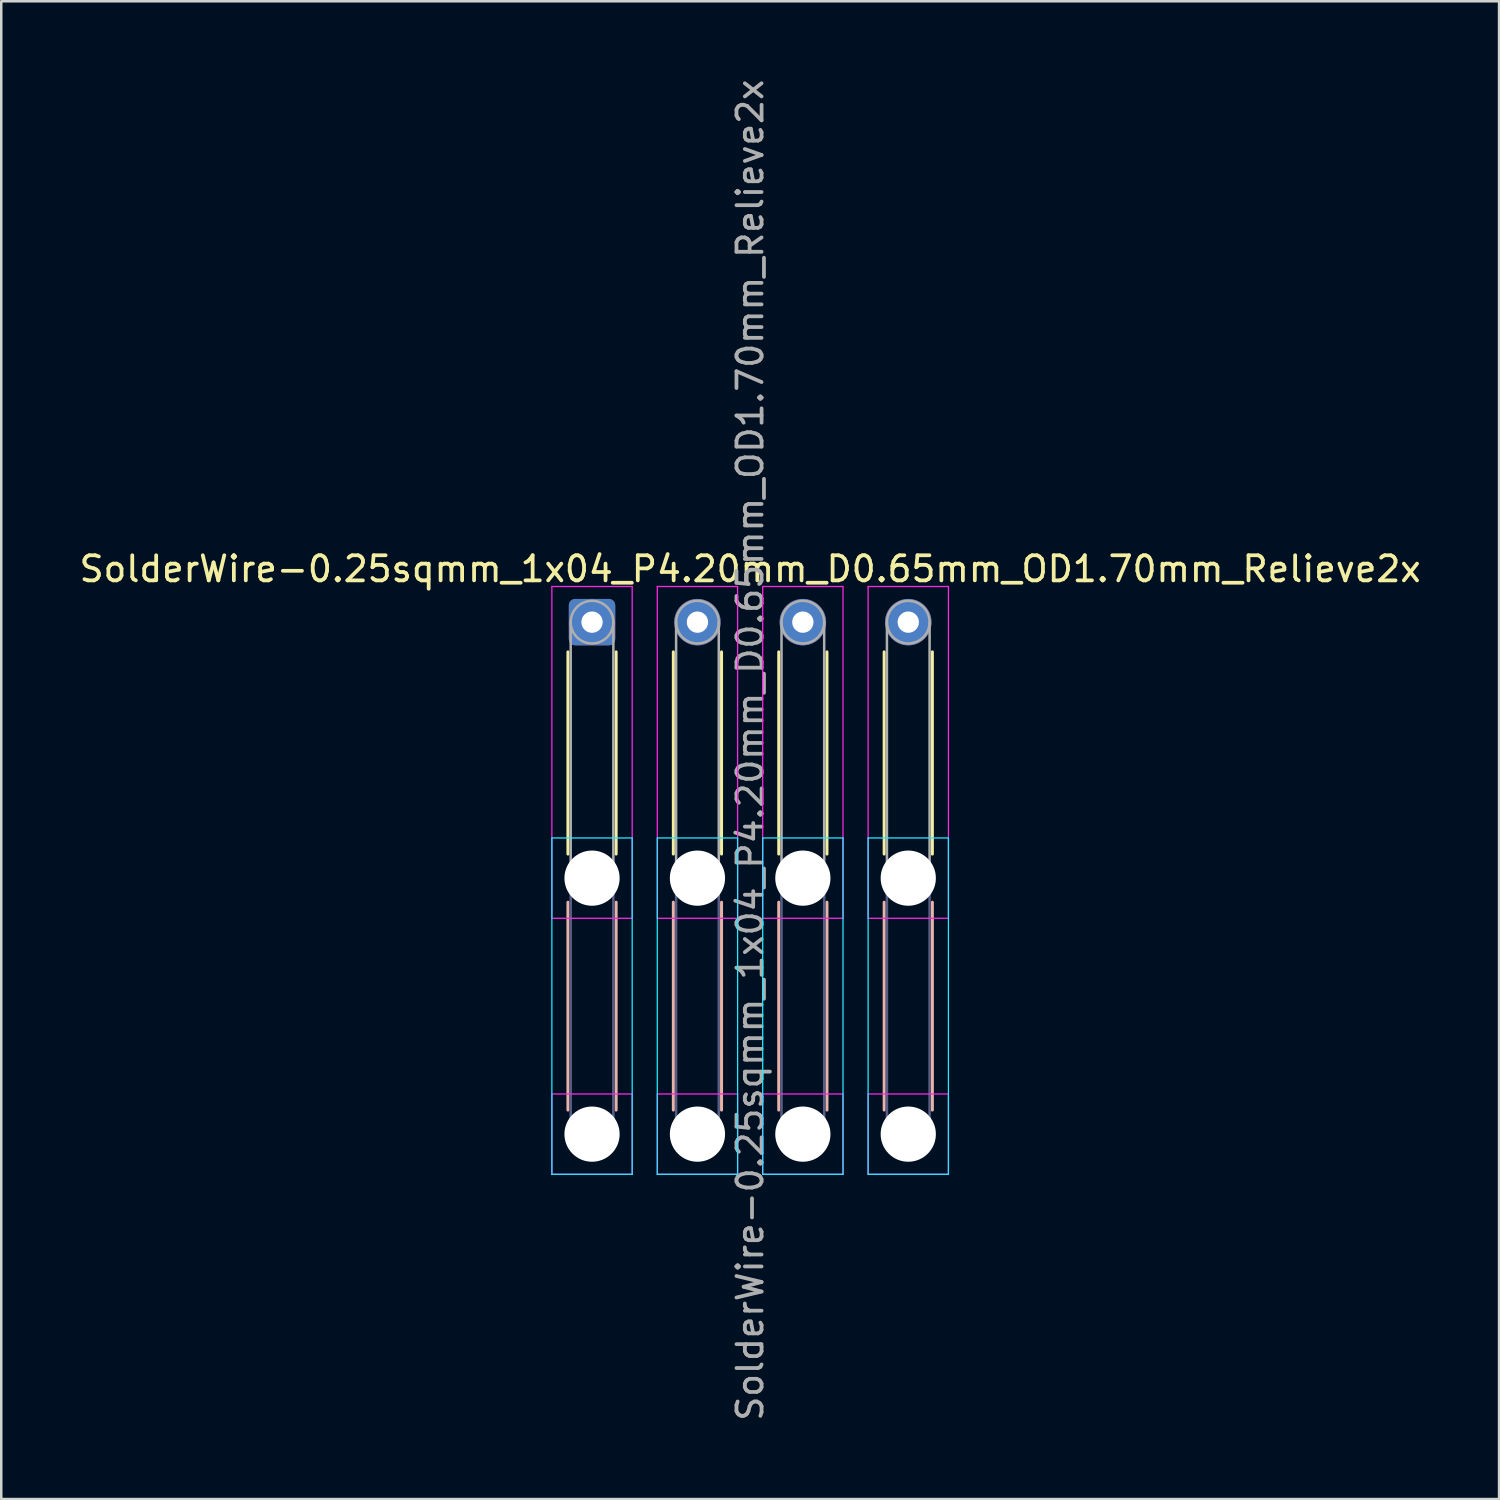
<source format=kicad_pcb>
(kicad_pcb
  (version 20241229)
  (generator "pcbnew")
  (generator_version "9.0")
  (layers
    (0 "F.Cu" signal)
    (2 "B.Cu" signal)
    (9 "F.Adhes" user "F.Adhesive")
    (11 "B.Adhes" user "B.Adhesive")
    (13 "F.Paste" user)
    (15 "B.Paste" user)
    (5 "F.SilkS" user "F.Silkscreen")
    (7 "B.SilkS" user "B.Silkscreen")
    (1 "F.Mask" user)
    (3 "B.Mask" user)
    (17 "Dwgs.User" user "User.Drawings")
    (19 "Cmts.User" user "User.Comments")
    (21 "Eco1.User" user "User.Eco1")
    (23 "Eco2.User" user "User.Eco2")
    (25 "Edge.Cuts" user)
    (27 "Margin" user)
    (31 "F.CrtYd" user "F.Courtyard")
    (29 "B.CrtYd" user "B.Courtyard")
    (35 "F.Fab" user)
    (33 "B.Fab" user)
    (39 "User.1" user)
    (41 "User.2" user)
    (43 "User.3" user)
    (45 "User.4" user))
  (footprint "SolderWire-0.25sqmm_1x04_P4.20mm_D0.65mm_OD1.70mm_Relieve2x"
    (layer "F.Cu")
    (at 20.539 21.739)
    (property "Reference" "SolderWire-0.25sqmm_1x04_P4.20mm_D0.65mm_OD1.70mm_Relieve2x" (at 6.3 -2.12 0) (layer "F.SilkS") (effects (font (size 1 1) (thickness 0.15))))
    (attr exclude_from_pos_files exclude_from_bom)
    (fp_line (start -0.96 1.185) (end -0.96 9.24) (stroke (width 0.12) (type solid)) (layer "F.SilkS"))
    (fp_line (start 0.96 1.185) (end 0.96 9.24) (stroke (width 0.12) (type solid)) (layer "F.SilkS"))
    (fp_line (start 3.24 1.185) (end 3.24 9.24) (stroke (width 0.12) (type solid)) (layer "F.SilkS"))
    (fp_line (start 5.16 1.185) (end 5.16 9.24) (stroke (width 0.12) (type solid)) (layer "F.SilkS"))
    (fp_line (start 7.44 1.185) (end 7.44 9.24) (stroke (width 0.12) (type solid)) (layer "F.SilkS"))
    (fp_line (start 9.36 1.185) (end 9.36 9.24) (stroke (width 0.12) (type solid)) (layer "F.SilkS"))
    (fp_line (start 11.64 1.185) (end 11.64 9.24) (stroke (width 0.12) (type solid)) (layer "F.SilkS"))
    (fp_line (start 13.56 1.185) (end 13.56 9.24) (stroke (width 0.12) (type solid)) (layer "F.SilkS"))
    (fp_line (start -0.96 11.16) (end -0.96 19.44) (stroke (width 0.12) (type solid)) (layer "B.SilkS"))
    (fp_line (start 0.96 11.16) (end 0.96 19.44) (stroke (width 0.12) (type solid)) (layer "B.SilkS"))
    (fp_line (start 3.24 11.16) (end 3.24 19.44) (stroke (width 0.12) (type solid)) (layer "B.SilkS"))
    (fp_line (start 5.16 11.16) (end 5.16 19.44) (stroke (width 0.12) (type solid)) (layer "B.SilkS"))
    (fp_line (start 7.44 11.16) (end 7.44 19.44) (stroke (width 0.12) (type solid)) (layer "B.SilkS"))
    (fp_line (start 9.36 11.16) (end 9.36 19.44) (stroke (width 0.12) (type solid)) (layer "B.SilkS"))
    (fp_line (start 11.64 11.16) (end 11.64 19.44) (stroke (width 0.12) (type solid)) (layer "B.SilkS"))
    (fp_line (start 13.56 11.16) (end 13.56 19.44) (stroke (width 0.12) (type solid)) (layer "B.SilkS"))
    (fp_line (start -1.6 8.6) (end -1.6 22) (stroke (width 0.05) (type solid)) (layer "B.CrtYd"))
    (fp_line (start -1.6 22) (end 1.6 22) (stroke (width 0.05) (type solid)) (layer "B.CrtYd"))
    (fp_line (start 1.6 8.6) (end -1.6 8.6) (stroke (width 0.05) (type solid)) (layer "B.CrtYd"))
    (fp_line (start 1.6 22) (end 1.6 8.6) (stroke (width 0.05) (type solid)) (layer "B.CrtYd"))
    (fp_line (start 2.6 8.6) (end 2.6 22) (stroke (width 0.05) (type solid)) (layer "B.CrtYd"))
    (fp_line (start 2.6 22) (end 5.8 22) (stroke (width 0.05) (type solid)) (layer "B.CrtYd"))
    (fp_line (start 5.8 8.6) (end 2.6 8.6) (stroke (width 0.05) (type solid)) (layer "B.CrtYd"))
    (fp_line (start 5.8 22) (end 5.8 8.6) (stroke (width 0.05) (type solid)) (layer "B.CrtYd"))
    (fp_line (start 6.8 8.6) (end 6.8 22) (stroke (width 0.05) (type solid)) (layer "B.CrtYd"))
    (fp_line (start 6.8 22) (end 10 22) (stroke (width 0.05) (type solid)) (layer "B.CrtYd"))
    (fp_line (start 10 8.6) (end 6.8 8.6) (stroke (width 0.05) (type solid)) (layer "B.CrtYd"))
    (fp_line (start 10 22) (end 10 8.6) (stroke (width 0.05) (type solid)) (layer "B.CrtYd"))
    (fp_line (start 11 8.6) (end 11 22) (stroke (width 0.05) (type solid)) (layer "B.CrtYd"))
    (fp_line (start 11 22) (end 14.2 22) (stroke (width 0.05) (type solid)) (layer "B.CrtYd"))
    (fp_line (start 14.2 8.6) (end 11 8.6) (stroke (width 0.05) (type solid)) (layer "B.CrtYd"))
    (fp_line (start 14.2 22) (end 14.2 8.6) (stroke (width 0.05) (type solid)) (layer "B.CrtYd"))
    (fp_line (start -1.6 -1.42) (end -1.6 11.8) (stroke (width 0.05) (type solid)) (layer "F.CrtYd"))
    (fp_line (start -1.6 11.8) (end 1.6 11.8) (stroke (width 0.05) (type solid)) (layer "F.CrtYd"))
    (fp_line (start -1.6 18.8) (end -1.6 22) (stroke (width 0.05) (type solid)) (layer "F.CrtYd"))
    (fp_line (start -1.6 22) (end 1.6 22) (stroke (width 0.05) (type solid)) (layer "F.CrtYd"))
    (fp_line (start 1.6 -1.42) (end -1.6 -1.42) (stroke (width 0.05) (type solid)) (layer "F.CrtYd"))
    (fp_line (start 1.6 11.8) (end 1.6 -1.42) (stroke (width 0.05) (type solid)) (layer "F.CrtYd"))
    (fp_line (start 1.6 18.8) (end -1.6 18.8) (stroke (width 0.05) (type solid)) (layer "F.CrtYd"))
    (fp_line (start 1.6 22) (end 1.6 18.8) (stroke (width 0.05) (type solid)) (layer "F.CrtYd"))
    (fp_line (start 2.6 -1.42) (end 2.6 11.8) (stroke (width 0.05) (type solid)) (layer "F.CrtYd"))
    (fp_line (start 2.6 11.8) (end 5.8 11.8) (stroke (width 0.05) (type solid)) (layer "F.CrtYd"))
    (fp_line (start 2.6 18.8) (end 2.6 22) (stroke (width 0.05) (type solid)) (layer "F.CrtYd"))
    (fp_line (start 2.6 22) (end 5.8 22) (stroke (width 0.05) (type solid)) (layer "F.CrtYd"))
    (fp_line (start 5.8 -1.42) (end 2.6 -1.42) (stroke (width 0.05) (type solid)) (layer "F.CrtYd"))
    (fp_line (start 5.8 11.8) (end 5.8 -1.42) (stroke (width 0.05) (type solid)) (layer "F.CrtYd"))
    (fp_line (start 5.8 18.8) (end 2.6 18.8) (stroke (width 0.05) (type solid)) (layer "F.CrtYd"))
    (fp_line (start 5.8 22) (end 5.8 18.8) (stroke (width 0.05) (type solid)) (layer "F.CrtYd"))
    (fp_line (start 6.8 -1.42) (end 6.8 11.8) (stroke (width 0.05) (type solid)) (layer "F.CrtYd"))
    (fp_line (start 6.8 11.8) (end 10 11.8) (stroke (width 0.05) (type solid)) (layer "F.CrtYd"))
    (fp_line (start 6.8 18.8) (end 6.8 22) (stroke (width 0.05) (type solid)) (layer "F.CrtYd"))
    (fp_line (start 6.8 22) (end 10 22) (stroke (width 0.05) (type solid)) (layer "F.CrtYd"))
    (fp_line (start 10 -1.42) (end 6.8 -1.42) (stroke (width 0.05) (type solid)) (layer "F.CrtYd"))
    (fp_line (start 10 11.8) (end 10 -1.42) (stroke (width 0.05) (type solid)) (layer "F.CrtYd"))
    (fp_line (start 10 18.8) (end 6.8 18.8) (stroke (width 0.05) (type solid)) (layer "F.CrtYd"))
    (fp_line (start 10 22) (end 10 18.8) (stroke (width 0.05) (type solid)) (layer "F.CrtYd"))
    (fp_line (start 11 -1.42) (end 11 11.8) (stroke (width 0.05) (type solid)) (layer "F.CrtYd"))
    (fp_line (start 11 11.8) (end 14.2 11.8) (stroke (width 0.05) (type solid)) (layer "F.CrtYd"))
    (fp_line (start 11 18.8) (end 11 22) (stroke (width 0.05) (type solid)) (layer "F.CrtYd"))
    (fp_line (start 11 22) (end 14.2 22) (stroke (width 0.05) (type solid)) (layer "F.CrtYd"))
    (fp_line (start 14.2 -1.42) (end 11 -1.42) (stroke (width 0.05) (type solid)) (layer "F.CrtYd"))
    (fp_line (start 14.2 11.8) (end 14.2 -1.42) (stroke (width 0.05) (type solid)) (layer "F.CrtYd"))
    (fp_line (start 14.2 18.8) (end 11 18.8) (stroke (width 0.05) (type solid)) (layer "F.CrtYd"))
    (fp_line (start 14.2 22) (end 14.2 18.8) (stroke (width 0.05) (type solid)) (layer "F.CrtYd"))
    (fp_line (start -0.85 10.2) (end -0.85 20.4) (stroke (width 0.1) (type solid)) (layer "B.Fab"))
    (fp_line (start 0.85 10.2) (end 0.85 20.4) (stroke (width 0.1) (type solid)) (layer "B.Fab"))
    (fp_line (start 3.35 10.2) (end 3.35 20.4) (stroke (width 0.1) (type solid)) (layer "B.Fab"))
    (fp_line (start 5.05 10.2) (end 5.05 20.4) (stroke (width 0.1) (type solid)) (layer "B.Fab"))
    (fp_line (start 7.55 10.2) (end 7.55 20.4) (stroke (width 0.1) (type solid)) (layer "B.Fab"))
    (fp_line (start 9.25 10.2) (end 9.25 20.4) (stroke (width 0.1) (type solid)) (layer "B.Fab"))
    (fp_line (start 11.75 10.2) (end 11.75 20.4) (stroke (width 0.1) (type solid)) (layer "B.Fab"))
    (fp_line (start 13.45 10.2) (end 13.45 20.4) (stroke (width 0.1) (type solid)) (layer "B.Fab"))
    (fp_circle (center 0 10.2) (end 0.85 10.2) (stroke (width 0.1) (type solid)) (fill no) (layer "B.Fab"))
    (fp_circle (center 0 20.4) (end 0.85 20.4) (stroke (width 0.1) (type solid)) (fill no) (layer "B.Fab"))
    (fp_circle (center 4.2 10.2) (end 5.05 10.2) (stroke (width 0.1) (type solid)) (fill no) (layer "B.Fab"))
    (fp_circle (center 4.2 20.4) (end 5.05 20.4) (stroke (width 0.1) (type solid)) (fill no) (layer "B.Fab"))
    (fp_circle (center 8.4 10.2) (end 9.25 10.2) (stroke (width 0.1) (type solid)) (fill no) (layer "B.Fab"))
    (fp_circle (center 8.4 20.4) (end 9.25 20.4) (stroke (width 0.1) (type solid)) (fill no) (layer "B.Fab"))
    (fp_circle (center 12.6 10.2) (end 13.45 10.2) (stroke (width 0.1) (type solid)) (fill no) (layer "B.Fab"))
    (fp_circle (center 12.6 20.4) (end 13.45 20.4) (stroke (width 0.1) (type solid)) (fill no) (layer "B.Fab"))
    (fp_line (start -0.85 0) (end -0.85 10.2) (stroke (width 0.1) (type solid)) (layer "F.Fab"))
    (fp_line (start 0.85 0) (end 0.85 10.2) (stroke (width 0.1) (type solid)) (layer "F.Fab"))
    (fp_line (start 3.35 0) (end 3.35 10.2) (stroke (width 0.1) (type solid)) (layer "F.Fab"))
    (fp_line (start 5.05 0) (end 5.05 10.2) (stroke (width 0.1) (type solid)) (layer "F.Fab"))
    (fp_line (start 7.55 0) (end 7.55 10.2) (stroke (width 0.1) (type solid)) (layer "F.Fab"))
    (fp_line (start 9.25 0) (end 9.25 10.2) (stroke (width 0.1) (type solid)) (layer "F.Fab"))
    (fp_line (start 11.75 0) (end 11.75 10.2) (stroke (width 0.1) (type solid)) (layer "F.Fab"))
    (fp_line (start 13.45 0) (end 13.45 10.2) (stroke (width 0.1) (type solid)) (layer "F.Fab"))
    (fp_circle (center 0 0) (end 0.85 0) (stroke (width 0.1) (type solid)) (fill no) (layer "F.Fab"))
    (fp_circle (center 0 10.2) (end 0.85 10.2) (stroke (width 0.1) (type solid)) (fill no) (layer "F.Fab"))
    (fp_circle (center 0 20.4) (end 0.85 20.4) (stroke (width 0.1) (type solid)) (fill no) (layer "F.Fab"))
    (fp_circle (center 4.2 0) (end 5.05 0) (stroke (width 0.1) (type solid)) (fill no) (layer "F.Fab"))
    (fp_circle (center 4.2 10.2) (end 5.05 10.2) (stroke (width 0.1) (type solid)) (fill no) (layer "F.Fab"))
    (fp_circle (center 4.2 20.4) (end 5.05 20.4) (stroke (width 0.1) (type solid)) (fill no) (layer "F.Fab"))
    (fp_circle (center 8.4 0) (end 9.25 0) (stroke (width 0.1) (type solid)) (fill no) (layer "F.Fab"))
    (fp_circle (center 8.4 10.2) (end 9.25 10.2) (stroke (width 0.1) (type solid)) (fill no) (layer "F.Fab"))
    (fp_circle (center 8.4 20.4) (end 9.25 20.4) (stroke (width 0.1) (type solid)) (fill no) (layer "F.Fab"))
    (fp_circle (center 12.6 0) (end 13.45 0) (stroke (width 0.1) (type solid)) (fill no) (layer "F.Fab"))
    (fp_circle (center 12.6 10.2) (end 13.45 10.2) (stroke (width 0.1) (type solid)) (fill no) (layer "F.Fab"))
    (fp_circle (center 12.6 20.4) (end 13.45 20.4) (stroke (width 0.1) (type solid)) (fill no) (layer "F.Fab"))
    (fp_text user "${REFERENCE}" (at 6.3 5.1 90) (layer "F.Fab") (effects (font (size 1 1) (thickness 0.15))))
    (pad "" np_thru_hole circle (at 0 10.2) (size 2.2 2.2) (drill 2.2) (layers "*.Cu" "*.Mask"))
    (pad "" np_thru_hole circle (at 0 20.4) (size 2.2 2.2) (drill 2.2) (layers "*.Cu" "*.Mask"))
    (pad "" np_thru_hole circle (at 4.2 10.2) (size 2.2 2.2) (drill 2.2) (layers "*.Cu" "*.Mask"))
    (pad "" np_thru_hole circle (at 4.2 20.4) (size 2.2 2.2) (drill 2.2) (layers "*.Cu" "*.Mask"))
    (pad "" np_thru_hole circle (at 8.4 10.2) (size 2.2 2.2) (drill 2.2) (layers "*.Cu" "*.Mask"))
    (pad "" np_thru_hole circle (at 8.4 20.4) (size 2.2 2.2) (drill 2.2) (layers "*.Cu" "*.Mask"))
    (pad "" np_thru_hole circle (at 12.6 10.2) (size 2.2 2.2) (drill 2.2) (layers "*.Cu" "*.Mask"))
    (pad "" np_thru_hole circle (at 12.6 20.4) (size 2.2 2.2) (drill 2.2) (layers "*.Cu" "*.Mask"))
    (pad "1" thru_hole roundrect (at 0 0) (size 1.85 1.85) (drill 0.85) (layers "*.Cu" "*.Mask") (roundrect_rratio 0.135))
    (pad "2" thru_hole circle (at 4.2 0) (size 1.85 1.85) (drill 0.85) (layers "*.Cu" "*.Mask"))
    (pad "3" thru_hole circle (at 8.4 0) (size 1.85 1.85) (drill 0.85) (layers "*.Cu" "*.Mask"))
    (pad "4" thru_hole circle (at 12.6 0) (size 1.85 1.85) (drill 0.85) (layers "*.Cu" "*.Mask")))
  (gr_rect
    (start -3 -3)
    (end 56.679 56.679)
    (stroke (width 0.1) (type default))
    (fill no)
    (layer "Edge.Cuts")))
</source>
